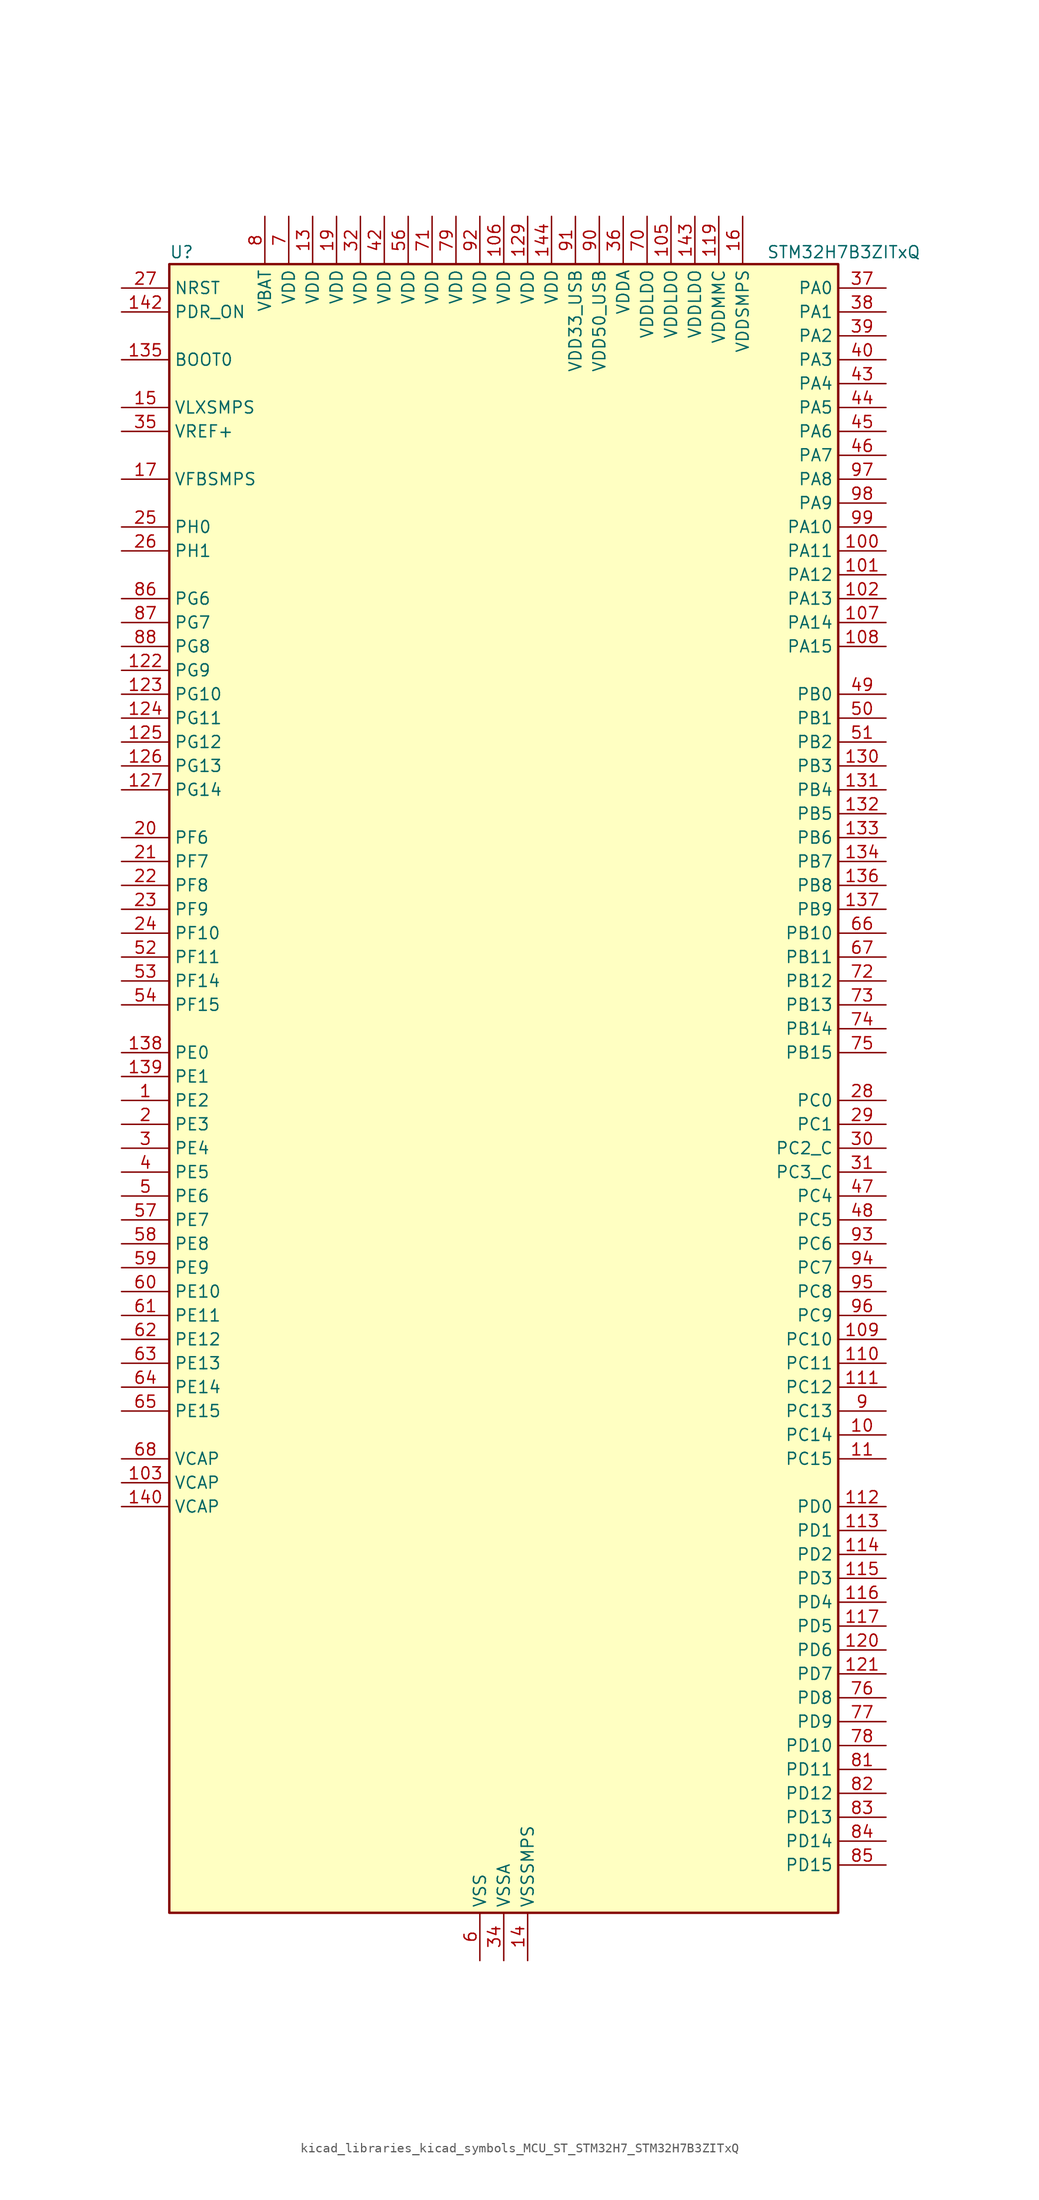
<source format=kicad_sym>
(kicad_symbol_lib
  (version 20220914)
  (generator kicad_symbol_editor)
  (symbol "kicad_libraries_kicad_symbols_MCU_ST_STM32H7_STM32H7B3ZITxQ"
    (property "Reference" "U"
      (at -35.56 90.17 0)
      (effects (font (size 1.27 1.27)) (justify left)))
    (property "Value" "STM32H7B3ZITxQ"
      (at 27.94 90.17 0)
      (effects (font (size 1.27 1.27)) (justify left)))
    (property "ki_locked" ""
      (at 0 0 0)
      (effects (font (size 1.27 1.27))))
    (symbol "kicad_libraries_kicad_symbols_MCU_ST_STM32H7_STM32H7B3ZITxQ_0_1"
      (rectangle (start -35.56 -86.36) (end 35.56 88.9) (stroke (width 0.254) (type default)) (fill (type background))))
    (symbol "kicad_libraries_kicad_symbols_MCU_ST_STM32H7_STM32H7B3ZITxQ_1_1"
      (pin bidirectional line (at -40.64 0 0) (length 5.08) (name "PE2" (effects (font (size 1.27 1.27)))) (number "1" (effects (font (size 1.27 1.27)))) (alternate "DEBUG_TRACECLK" bidirectional line) (alternate "FMC_A23" bidirectional line) (alternate "OCTOSPIM_P1_IO2" bidirectional line) (alternate "SAI1_CK1" bidirectional line) (alternate "SAI1_MCLK_A" bidirectional line) (alternate "SPI4_SCK" bidirectional line) (alternate "USART10_RX" bidirectional line))
      (pin bidirectional line (at 40.64 -35.56 180) (length 5.08) (name "PC14" (effects (font (size 1.27 1.27)))) (number "10" (effects (font (size 1.27 1.27)))) (alternate "RCC_OSC32_IN" bidirectional line))
      (pin bidirectional line (at 40.64 58.42 180) (length 5.08) (name "PA11" (effects (font (size 1.27 1.27)))) (number "100" (effects (font (size 1.27 1.27)))) (alternate "ADC1_EXTI11" bidirectional line) (alternate "ADC2_EXTI11" bidirectional line) (alternate "FDCAN1_RX" bidirectional line) (alternate "I2S2_WS" bidirectional line) (alternate "LPUART1_CTS" bidirectional line) (alternate "LTDC_R4" bidirectional line) (alternate "SPI2_NSS" bidirectional line) (alternate "TIM1_CH4" bidirectional line) (alternate "UART4_RX" bidirectional line) (alternate "USART1_CTS" bidirectional line) (alternate "USART1_NSS" bidirectional line) (alternate "USB_OTG_HS_DM" bidirectional line))
      (pin bidirectional line (at 40.64 55.88 180) (length 5.08) (name "PA12" (effects (font (size 1.27 1.27)))) (number "101" (effects (font (size 1.27 1.27)))) (alternate "FDCAN1_TX" bidirectional line) (alternate "I2S2_CK" bidirectional line) (alternate "LPUART1_DE" bidirectional line) (alternate "LPUART1_RTS" bidirectional line) (alternate "LTDC_R5" bidirectional line) (alternate "SAI2_FS_B" bidirectional line) (alternate "SPI2_SCK" bidirectional line) (alternate "TIM1_ETR" bidirectional line) (alternate "UART4_TX" bidirectional line) (alternate "USART1_DE" bidirectional line) (alternate "USART1_RTS" bidirectional line) (alternate "USB_OTG_HS_DP" bidirectional line))
      (pin bidirectional line (at 40.64 53.34 180) (length 5.08) (name "PA13" (effects (font (size 1.27 1.27)))) (number "102" (effects (font (size 1.27 1.27)))) (alternate "DEBUG_JTMS-SWDIO" bidirectional line))
      (pin power_out line (at -40.64 -40.64 0) (length 5.08) (name "VCAP" (effects (font (size 1.27 1.27)))) (number "103" (effects (font (size 1.27 1.27)))))
      (pin passive line (at -2.54 -91.44 90) (length 5.08) hide (name "VSS" (effects (font (size 1.27 1.27)))) (number "104" (effects (font (size 1.27 1.27)))))
      (pin power_in line (at 17.78 93.98 270) (length 5.08) (name "VDDLDO" (effects (font (size 1.27 1.27)))) (number "105" (effects (font (size 1.27 1.27)))))
      (pin power_in line (at 0 93.98 270) (length 5.08) (name "VDD" (effects (font (size 1.27 1.27)))) (number "106" (effects (font (size 1.27 1.27)))))
      (pin bidirectional line (at 40.64 50.8 180) (length 5.08) (name "PA14" (effects (font (size 1.27 1.27)))) (number "107" (effects (font (size 1.27 1.27)))) (alternate "DEBUG_JTCK-SWCLK" bidirectional line))
      (pin bidirectional line (at 40.64 48.26 180) (length 5.08) (name "PA15" (effects (font (size 1.27 1.27)))) (number "108" (effects (font (size 1.27 1.27)))) (alternate "ADC1_EXTI15" bidirectional line) (alternate "ADC2_EXTI15" bidirectional line) (alternate "CEC" bidirectional line) (alternate "DEBUG_JTDI" bidirectional line) (alternate "I2S1_WS" bidirectional line) (alternate "I2S3_WS" bidirectional line) (alternate "I2S6_WS" bidirectional line) (alternate "LTDC_B6" bidirectional line) (alternate "LTDC_R3" bidirectional line) (alternate "SPI1_NSS" bidirectional line) (alternate "SPI3_NSS" bidirectional line) (alternate "SPI6_NSS" bidirectional line) (alternate "TIM2_CH1" bidirectional line) (alternate "TIM2_ETR" bidirectional line) (alternate "UART4_DE" bidirectional line) (alternate "UART4_RTS" bidirectional line) (alternate "UART7_TX" bidirectional line))
      (pin bidirectional line (at 40.64 -25.4 180) (length 5.08) (name "PC10" (effects (font (size 1.27 1.27)))) (number "109" (effects (font (size 1.27 1.27)))) (alternate "DCMI_D8" bidirectional line) (alternate "DFSDM1_CKIN5" bidirectional line) (alternate "DFSDM2_CKIN0" bidirectional line) (alternate "I2S3_CK" bidirectional line) (alternate "LTDC_B1" bidirectional line) (alternate "LTDC_R2" bidirectional line) (alternate "OCTOSPIM_P1_IO1" bidirectional line) (alternate "PSSI_D8" bidirectional line) (alternate "SDMMC1_D2" bidirectional line) (alternate "SPI3_SCK" bidirectional line) (alternate "SWPMI1_RX" bidirectional line) (alternate "UART4_TX" bidirectional line) (alternate "USART3_TX" bidirectional line))
      (pin bidirectional line (at 40.64 -38.1 180) (length 5.08) (name "PC15" (effects (font (size 1.27 1.27)))) (number "11" (effects (font (size 1.27 1.27)))) (alternate "ADC1_EXTI15" bidirectional line) (alternate "ADC2_EXTI15" bidirectional line) (alternate "RCC_OSC32_OUT" bidirectional line))
      (pin bidirectional line (at 40.64 -27.94 180) (length 5.08) (name "PC11" (effects (font (size 1.27 1.27)))) (number "110" (effects (font (size 1.27 1.27)))) (alternate "ADC1_EXTI11" bidirectional line) (alternate "ADC2_EXTI11" bidirectional line) (alternate "DCMI_D4" bidirectional line) (alternate "DFSDM1_DATIN5" bidirectional line) (alternate "DFSDM2_DATIN0" bidirectional line) (alternate "I2S3_SDI" bidirectional line) (alternate "LTDC_B4" bidirectional line) (alternate "OCTOSPIM_P1_NCS" bidirectional line) (alternate "PSSI_D4" bidirectional line) (alternate "SDMMC1_D3" bidirectional line) (alternate "SPI3_MISO" bidirectional line) (alternate "UART4_RX" bidirectional line) (alternate "USART3_RX" bidirectional line))
      (pin bidirectional line (at 40.64 -30.48 180) (length 5.08) (name "PC12" (effects (font (size 1.27 1.27)))) (number "111" (effects (font (size 1.27 1.27)))) (alternate "DCMI_D9" bidirectional line) (alternate "DEBUG_TRACED3" bidirectional line) (alternate "DFSDM2_CKOUT" bidirectional line) (alternate "I2S3_SDO" bidirectional line) (alternate "I2S6_CK" bidirectional line) (alternate "LTDC_R6" bidirectional line) (alternate "PSSI_D9" bidirectional line) (alternate "SDMMC1_CK" bidirectional line) (alternate "SPI3_MOSI" bidirectional line) (alternate "SPI6_SCK" bidirectional line) (alternate "TIM15_CH1" bidirectional line) (alternate "UART5_TX" bidirectional line) (alternate "USART3_CK" bidirectional line))
      (pin bidirectional line (at 40.64 -43.18 180) (length 5.08) (name "PD0" (effects (font (size 1.27 1.27)))) (number "112" (effects (font (size 1.27 1.27)))) (alternate "DFSDM1_CKIN6" bidirectional line) (alternate "FDCAN1_RX" bidirectional line) (alternate "FMC_D2" bidirectional line) (alternate "FMC_DA2" bidirectional line) (alternate "LTDC_B1" bidirectional line) (alternate "UART4_RX" bidirectional line) (alternate "UART9_CTS" bidirectional line))
      (pin bidirectional line (at 40.64 -45.72 180) (length 5.08) (name "PD1" (effects (font (size 1.27 1.27)))) (number "113" (effects (font (size 1.27 1.27)))) (alternate "DFSDM1_DATIN6" bidirectional line) (alternate "FDCAN1_TX" bidirectional line) (alternate "FMC_D3" bidirectional line) (alternate "FMC_DA3" bidirectional line) (alternate "UART4_TX" bidirectional line))
      (pin bidirectional line (at 40.64 -48.26 180) (length 5.08) (name "PD2" (effects (font (size 1.27 1.27)))) (number "114" (effects (font (size 1.27 1.27)))) (alternate "DCMI_D11" bidirectional line) (alternate "DEBUG_TRACED2" bidirectional line) (alternate "LTDC_B2" bidirectional line) (alternate "LTDC_B7" bidirectional line) (alternate "PSSI_D11" bidirectional line) (alternate "SDMMC1_CMD" bidirectional line) (alternate "TIM15_BKIN" bidirectional line) (alternate "TIM3_ETR" bidirectional line) (alternate "UART5_RX" bidirectional line))
      (pin bidirectional line (at 40.64 -50.8 180) (length 5.08) (name "PD3" (effects (font (size 1.27 1.27)))) (number "115" (effects (font (size 1.27 1.27)))) (alternate "DCMI_D5" bidirectional line) (alternate "DFSDM1_CKOUT" bidirectional line) (alternate "FMC_CLK" bidirectional line) (alternate "I2S2_CK" bidirectional line) (alternate "LTDC_G7" bidirectional line) (alternate "PSSI_D5" bidirectional line) (alternate "SPI2_SCK" bidirectional line) (alternate "USART2_CTS" bidirectional line) (alternate "USART2_NSS" bidirectional line))
      (pin bidirectional line (at 40.64 -53.34 180) (length 5.08) (name "PD4" (effects (font (size 1.27 1.27)))) (number "116" (effects (font (size 1.27 1.27)))) (alternate "FMC_NOE" bidirectional line) (alternate "OCTOSPIM_P1_IO4" bidirectional line) (alternate "USART2_DE" bidirectional line) (alternate "USART2_RTS" bidirectional line))
      (pin bidirectional line (at 40.64 -55.88 180) (length 5.08) (name "PD5" (effects (font (size 1.27 1.27)))) (number "117" (effects (font (size 1.27 1.27)))) (alternate "FMC_NWE" bidirectional line) (alternate "OCTOSPIM_P1_IO5" bidirectional line) (alternate "USART2_TX" bidirectional line))
      (pin passive line (at -2.54 -91.44 90) (length 5.08) hide (name "VSS" (effects (font (size 1.27 1.27)))) (number "118" (effects (font (size 1.27 1.27)))))
      (pin power_in line (at 22.86 93.98 270) (length 5.08) (name "VDDMMC" (effects (font (size 1.27 1.27)))) (number "119" (effects (font (size 1.27 1.27)))))
      (pin passive line (at -2.54 -91.44 90) (length 5.08) hide (name "VSS" (effects (font (size 1.27 1.27)))) (number "12" (effects (font (size 1.27 1.27)))))
      (pin bidirectional line (at 40.64 -58.42 180) (length 5.08) (name "PD6" (effects (font (size 1.27 1.27)))) (number "120" (effects (font (size 1.27 1.27)))) (alternate "DCMI_D10" bidirectional line) (alternate "DFSDM1_CKIN4" bidirectional line) (alternate "DFSDM1_DATIN1" bidirectional line) (alternate "FMC_NWAIT" bidirectional line) (alternate "I2S3_SDO" bidirectional line) (alternate "LTDC_B2" bidirectional line) (alternate "OCTOSPIM_P1_IO6" bidirectional line) (alternate "PSSI_D10" bidirectional line) (alternate "SAI1_D1" bidirectional line) (alternate "SAI1_SD_A" bidirectional line) (alternate "SDMMC2_CK" bidirectional line) (alternate "SPI3_MOSI" bidirectional line) (alternate "USART2_RX" bidirectional line))
      (pin bidirectional line (at 40.64 -60.96 180) (length 5.08) (name "PD7" (effects (font (size 1.27 1.27)))) (number "121" (effects (font (size 1.27 1.27)))) (alternate "DFSDM1_CKIN1" bidirectional line) (alternate "DFSDM1_DATIN4" bidirectional line) (alternate "FMC_NE1" bidirectional line) (alternate "I2S1_SDO" bidirectional line) (alternate "OCTOSPIM_P1_IO7" bidirectional line) (alternate "SDMMC2_CMD" bidirectional line) (alternate "SPDIFRX_IN0" bidirectional line) (alternate "SPI1_MOSI" bidirectional line) (alternate "USART2_CK" bidirectional line))
      (pin bidirectional line (at -40.64 45.72 0) (length 5.08) (name "PG9" (effects (font (size 1.27 1.27)))) (number "122" (effects (font (size 1.27 1.27)))) (alternate "DAC1_EXTI9" bidirectional line) (alternate "DCMI_VSYNC" bidirectional line) (alternate "FMC_NCE" bidirectional line) (alternate "FMC_NE2" bidirectional line) (alternate "I2S1_SDI" bidirectional line) (alternate "OCTOSPIM_P1_IO6" bidirectional line) (alternate "PSSI_RDY" bidirectional line) (alternate "SAI2_FS_B" bidirectional line) (alternate "SDMMC2_D0" bidirectional line) (alternate "SPDIFRX_IN3" bidirectional line) (alternate "SPI1_MISO" bidirectional line) (alternate "USART6_RX" bidirectional line))
      (pin bidirectional line (at -40.64 43.18 0) (length 5.08) (name "PG10" (effects (font (size 1.27 1.27)))) (number "123" (effects (font (size 1.27 1.27)))) (alternate "DCMI_D2" bidirectional line) (alternate "FMC_NE3" bidirectional line) (alternate "I2S1_WS" bidirectional line) (alternate "LTDC_B2" bidirectional line) (alternate "LTDC_G3" bidirectional line) (alternate "OCTOSPIM_P2_IO6" bidirectional line) (alternate "PSSI_D2" bidirectional line) (alternate "SAI2_SD_B" bidirectional line) (alternate "SDMMC2_D1" bidirectional line) (alternate "SPI1_NSS" bidirectional line))
      (pin bidirectional line (at -40.64 40.64 0) (length 5.08) (name "PG11" (effects (font (size 1.27 1.27)))) (number "124" (effects (font (size 1.27 1.27)))) (alternate "ADC1_EXTI11" bidirectional line) (alternate "ADC2_EXTI11" bidirectional line) (alternate "DCMI_D3" bidirectional line) (alternate "I2S1_CK" bidirectional line) (alternate "LPTIM1_IN2" bidirectional line) (alternate "LTDC_B3" bidirectional line) (alternate "OCTOSPIM_P2_IO7" bidirectional line) (alternate "PSSI_D3" bidirectional line) (alternate "SDMMC2_D2" bidirectional line) (alternate "SPDIFRX_IN0" bidirectional line) (alternate "SPI1_SCK" bidirectional line) (alternate "USART10_RX" bidirectional line))
      (pin bidirectional line (at -40.64 38.1 0) (length 5.08) (name "PG12" (effects (font (size 1.27 1.27)))) (number "125" (effects (font (size 1.27 1.27)))) (alternate "FMC_NE4" bidirectional line) (alternate "I2S6_SDI" bidirectional line) (alternate "LPTIM1_IN1" bidirectional line) (alternate "LTDC_B1" bidirectional line) (alternate "LTDC_B4" bidirectional line) (alternate "OCTOSPIM_P2_NCS" bidirectional line) (alternate "SDMMC2_D3" bidirectional line) (alternate "SPDIFRX_IN1" bidirectional line) (alternate "SPI6_MISO" bidirectional line) (alternate "USART10_TX" bidirectional line) (alternate "USART6_DE" bidirectional line) (alternate "USART6_RTS" bidirectional line))
      (pin bidirectional line (at -40.64 35.56 0) (length 5.08) (name "PG13" (effects (font (size 1.27 1.27)))) (number "126" (effects (font (size 1.27 1.27)))) (alternate "DEBUG_TRACED0" bidirectional line) (alternate "FMC_A24" bidirectional line) (alternate "I2S6_CK" bidirectional line) (alternate "LPTIM1_OUT" bidirectional line) (alternate "LTDC_R0" bidirectional line) (alternate "SDMMC2_D6" bidirectional line) (alternate "SPI6_SCK" bidirectional line) (alternate "USART10_CTS" bidirectional line) (alternate "USART10_NSS" bidirectional line) (alternate "USART6_CTS" bidirectional line) (alternate "USART6_NSS" bidirectional line))
      (pin bidirectional line (at -40.64 33.02 0) (length 5.08) (name "PG14" (effects (font (size 1.27 1.27)))) (number "127" (effects (font (size 1.27 1.27)))) (alternate "DEBUG_TRACED1" bidirectional line) (alternate "FMC_A25" bidirectional line) (alternate "I2S6_SDO" bidirectional line) (alternate "LPTIM1_ETR" bidirectional line) (alternate "LTDC_B0" bidirectional line) (alternate "OCTOSPIM_P1_IO7" bidirectional line) (alternate "SDMMC2_D7" bidirectional line) (alternate "SPI6_MOSI" bidirectional line) (alternate "USART10_DE" bidirectional line) (alternate "USART10_RTS" bidirectional line) (alternate "USART6_TX" bidirectional line))
      (pin passive line (at -2.54 -91.44 90) (length 5.08) hide (name "VSS" (effects (font (size 1.27 1.27)))) (number "128" (effects (font (size 1.27 1.27)))))
      (pin power_in line (at 2.54 93.98 270) (length 5.08) (name "VDD" (effects (font (size 1.27 1.27)))) (number "129" (effects (font (size 1.27 1.27)))))
      (pin power_in line (at -20.32 93.98 270) (length 5.08) (name "VDD" (effects (font (size 1.27 1.27)))) (number "13" (effects (font (size 1.27 1.27)))))
      (pin bidirectional line (at 40.64 35.56 180) (length 5.08) (name "PB3" (effects (font (size 1.27 1.27)))) (number "130" (effects (font (size 1.27 1.27)))) (alternate "CRS_SYNC" bidirectional line) (alternate "DEBUG_JTDO-SWO" bidirectional line) (alternate "I2S1_CK" bidirectional line) (alternate "I2S3_CK" bidirectional line) (alternate "I2S6_CK" bidirectional line) (alternate "SDMMC2_D2" bidirectional line) (alternate "SPI1_SCK" bidirectional line) (alternate "SPI3_SCK" bidirectional line) (alternate "SPI6_SCK" bidirectional line) (alternate "TIM2_CH2" bidirectional line) (alternate "UART7_RX" bidirectional line))
      (pin bidirectional line (at 40.64 33.02 180) (length 5.08) (name "PB4" (effects (font (size 1.27 1.27)))) (number "131" (effects (font (size 1.27 1.27)))) (alternate "DEBUG_JTRST" bidirectional line) (alternate "I2S1_SDI" bidirectional line) (alternate "I2S2_WS" bidirectional line) (alternate "I2S3_SDI" bidirectional line) (alternate "I2S6_SDI" bidirectional line) (alternate "SDMMC2_D3" bidirectional line) (alternate "SPI1_MISO" bidirectional line) (alternate "SPI2_NSS" bidirectional line) (alternate "SPI3_MISO" bidirectional line) (alternate "SPI6_MISO" bidirectional line) (alternate "TIM16_BKIN" bidirectional line) (alternate "TIM3_CH1" bidirectional line) (alternate "UART7_TX" bidirectional line))
      (pin bidirectional line (at 40.64 30.48 180) (length 5.08) (name "PB5" (effects (font (size 1.27 1.27)))) (number "132" (effects (font (size 1.27 1.27)))) (alternate "DCMI_D10" bidirectional line) (alternate "FDCAN2_RX" bidirectional line) (alternate "FMC_SDCKE1" bidirectional line) (alternate "I2C1_SMBA" bidirectional line) (alternate "I2C4_SMBA" bidirectional line) (alternate "I2S1_SDO" bidirectional line) (alternate "I2S3_SDO" bidirectional line) (alternate "I2S6_SDO" bidirectional line) (alternate "LTDC_B5" bidirectional line) (alternate "PSSI_D10" bidirectional line) (alternate "SPI1_MOSI" bidirectional line) (alternate "SPI3_MOSI" bidirectional line) (alternate "SPI6_MOSI" bidirectional line) (alternate "TIM17_BKIN" bidirectional line) (alternate "TIM3_CH2" bidirectional line) (alternate "UART5_RX" bidirectional line) (alternate "USB_OTG_HS_ULPI_D7" bidirectional line))
      (pin bidirectional line (at 40.64 27.94 180) (length 5.08) (name "PB6" (effects (font (size 1.27 1.27)))) (number "133" (effects (font (size 1.27 1.27)))) (alternate "CEC" bidirectional line) (alternate "DCMI_D5" bidirectional line) (alternate "DFSDM1_DATIN5" bidirectional line) (alternate "FDCAN2_TX" bidirectional line) (alternate "FMC_SDNE1" bidirectional line) (alternate "I2C1_SCL" bidirectional line) (alternate "I2C4_SCL" bidirectional line) (alternate "LPUART1_TX" bidirectional line) (alternate "OCTOSPIM_P1_NCS" bidirectional line) (alternate "PSSI_D5" bidirectional line) (alternate "TIM16_CH1N" bidirectional line) (alternate "TIM4_CH1" bidirectional line) (alternate "UART5_TX" bidirectional line) (alternate "USART1_TX" bidirectional line))
      (pin bidirectional line (at 40.64 25.4 180) (length 5.08) (name "PB7" (effects (font (size 1.27 1.27)))) (number "134" (effects (font (size 1.27 1.27)))) (alternate "DCMI_VSYNC" bidirectional line) (alternate "DFSDM1_CKIN5" bidirectional line) (alternate "FMC_NL" bidirectional line) (alternate "I2C1_SDA" bidirectional line) (alternate "I2C4_SDA" bidirectional line) (alternate "LPUART1_RX" bidirectional line) (alternate "PSSI_RDY" bidirectional line) (alternate "PWR_PVD_IN" bidirectional line) (alternate "TIM17_CH1N" bidirectional line) (alternate "TIM4_CH2" bidirectional line) (alternate "USART1_RX" bidirectional line))
      (pin input line (at -40.64 78.74 0) (length 5.08) (name "BOOT0" (effects (font (size 1.27 1.27)))) (number "135" (effects (font (size 1.27 1.27)))))
      (pin bidirectional line (at 40.64 22.86 180) (length 5.08) (name "PB8" (effects (font (size 1.27 1.27)))) (number "136" (effects (font (size 1.27 1.27)))) (alternate "DCMI_D6" bidirectional line) (alternate "DFSDM1_CKIN7" bidirectional line) (alternate "FDCAN1_RX" bidirectional line) (alternate "I2C1_SCL" bidirectional line) (alternate "I2C4_SCL" bidirectional line) (alternate "LTDC_B6" bidirectional line) (alternate "PSSI_D6" bidirectional line) (alternate "SDMMC1_CKIN" bidirectional line) (alternate "SDMMC1_D4" bidirectional line) (alternate "SDMMC2_D4" bidirectional line) (alternate "TIM16_CH1" bidirectional line) (alternate "TIM4_CH3" bidirectional line) (alternate "UART4_RX" bidirectional line))
      (pin bidirectional line (at 40.64 20.32 180) (length 5.08) (name "PB9" (effects (font (size 1.27 1.27)))) (number "137" (effects (font (size 1.27 1.27)))) (alternate "DAC1_EXTI9" bidirectional line) (alternate "DCMI_D7" bidirectional line) (alternate "DFSDM1_DATIN7" bidirectional line) (alternate "FDCAN1_TX" bidirectional line) (alternate "I2C1_SDA" bidirectional line) (alternate "I2C4_SDA" bidirectional line) (alternate "I2C4_SMBA" bidirectional line) (alternate "I2S2_WS" bidirectional line) (alternate "LTDC_B7" bidirectional line) (alternate "PSSI_D7" bidirectional line) (alternate "SDMMC1_CDIR" bidirectional line) (alternate "SDMMC1_D5" bidirectional line) (alternate "SDMMC2_D5" bidirectional line) (alternate "SPI2_NSS" bidirectional line) (alternate "TIM17_CH1" bidirectional line) (alternate "TIM4_CH4" bidirectional line) (alternate "UART4_TX" bidirectional line))
      (pin bidirectional line (at -40.64 5.08 0) (length 5.08) (name "PE0" (effects (font (size 1.27 1.27)))) (number "138" (effects (font (size 1.27 1.27)))) (alternate "DCMI_D2" bidirectional line) (alternate "FMC_NBL0" bidirectional line) (alternate "LPTIM1_ETR" bidirectional line) (alternate "LPTIM2_ETR" bidirectional line) (alternate "LTDC_R0" bidirectional line) (alternate "PSSI_D2" bidirectional line) (alternate "SAI2_MCLK_A" bidirectional line) (alternate "TIM4_ETR" bidirectional line) (alternate "UART8_RX" bidirectional line))
      (pin bidirectional line (at -40.64 2.54 0) (length 5.08) (name "PE1" (effects (font (size 1.27 1.27)))) (number "139" (effects (font (size 1.27 1.27)))) (alternate "DCMI_D3" bidirectional line) (alternate "FMC_NBL1" bidirectional line) (alternate "LPTIM1_IN2" bidirectional line) (alternate "LTDC_R6" bidirectional line) (alternate "PSSI_D3" bidirectional line) (alternate "UART8_TX" bidirectional line))
      (pin power_in line (at 2.54 -91.44 90) (length 5.08) (name "VSSSMPS" (effects (font (size 1.27 1.27)))) (number "14" (effects (font (size 1.27 1.27)))))
      (pin power_out line (at -40.64 -43.18 0) (length 5.08) (name "VCAP" (effects (font (size 1.27 1.27)))) (number "140" (effects (font (size 1.27 1.27)))))
      (pin passive line (at -2.54 -91.44 90) (length 5.08) hide (name "VSS" (effects (font (size 1.27 1.27)))) (number "141" (effects (font (size 1.27 1.27)))))
      (pin input line (at -40.64 83.82 0) (length 5.08) (name "PDR_ON" (effects (font (size 1.27 1.27)))) (number "142" (effects (font (size 1.27 1.27)))))
      (pin power_in line (at 20.32 93.98 270) (length 5.08) (name "VDDLDO" (effects (font (size 1.27 1.27)))) (number "143" (effects (font (size 1.27 1.27)))))
      (pin power_in line (at 5.08 93.98 270) (length 5.08) (name "VDD" (effects (font (size 1.27 1.27)))) (number "144" (effects (font (size 1.27 1.27)))))
      (pin power_in line (at -40.64 73.66 0) (length 5.08) (name "VLXSMPS" (effects (font (size 1.27 1.27)))) (number "15" (effects (font (size 1.27 1.27)))))
      (pin power_in line (at 25.4 93.98 270) (length 5.08) (name "VDDSMPS" (effects (font (size 1.27 1.27)))) (number "16" (effects (font (size 1.27 1.27)))))
      (pin input line (at -40.64 66.04 0) (length 5.08) (name "VFBSMPS" (effects (font (size 1.27 1.27)))) (number "17" (effects (font (size 1.27 1.27)))))
      (pin passive line (at -2.54 -91.44 90) (length 5.08) hide (name "VSS" (effects (font (size 1.27 1.27)))) (number "18" (effects (font (size 1.27 1.27)))))
      (pin power_in line (at -17.78 93.98 270) (length 5.08) (name "VDD" (effects (font (size 1.27 1.27)))) (number "19" (effects (font (size 1.27 1.27)))))
      (pin bidirectional line (at -40.64 -2.54 0) (length 5.08) (name "PE3" (effects (font (size 1.27 1.27)))) (number "2" (effects (font (size 1.27 1.27)))) (alternate "DEBUG_TRACED0" bidirectional line) (alternate "FMC_A19" bidirectional line) (alternate "SAI1_SD_B" bidirectional line) (alternate "TIM15_BKIN" bidirectional line) (alternate "USART10_TX" bidirectional line))
      (pin bidirectional line (at -40.64 27.94 0) (length 5.08) (name "PF6" (effects (font (size 1.27 1.27)))) (number "20" (effects (font (size 1.27 1.27)))) (alternate "OCTOSPIM_P1_IO3" bidirectional line) (alternate "SAI1_SD_B" bidirectional line) (alternate "SPI5_NSS" bidirectional line) (alternate "TIM16_CH1" bidirectional line) (alternate "UART7_RX" bidirectional line))
      (pin bidirectional line (at -40.64 25.4 0) (length 5.08) (name "PF7" (effects (font (size 1.27 1.27)))) (number "21" (effects (font (size 1.27 1.27)))) (alternate "OCTOSPIM_P1_IO2" bidirectional line) (alternate "SAI1_MCLK_B" bidirectional line) (alternate "SPI5_SCK" bidirectional line) (alternate "TIM17_CH1" bidirectional line) (alternate "UART7_TX" bidirectional line))
      (pin bidirectional line (at -40.64 22.86 0) (length 5.08) (name "PF8" (effects (font (size 1.27 1.27)))) (number "22" (effects (font (size 1.27 1.27)))) (alternate "OCTOSPIM_P1_IO0" bidirectional line) (alternate "SAI1_SCK_B" bidirectional line) (alternate "SPI5_MISO" bidirectional line) (alternate "TIM13_CH1" bidirectional line) (alternate "TIM16_CH1N" bidirectional line) (alternate "UART7_DE" bidirectional line) (alternate "UART7_RTS" bidirectional line))
      (pin bidirectional line (at -40.64 20.32 0) (length 5.08) (name "PF9" (effects (font (size 1.27 1.27)))) (number "23" (effects (font (size 1.27 1.27)))) (alternate "DAC1_EXTI9" bidirectional line) (alternate "OCTOSPIM_P1_IO1" bidirectional line) (alternate "SAI1_FS_B" bidirectional line) (alternate "SPI5_MOSI" bidirectional line) (alternate "TIM14_CH1" bidirectional line) (alternate "TIM17_CH1N" bidirectional line) (alternate "UART7_CTS" bidirectional line))
      (pin bidirectional line (at -40.64 17.78 0) (length 5.08) (name "PF10" (effects (font (size 1.27 1.27)))) (number "24" (effects (font (size 1.27 1.27)))) (alternate "DCMI_D11" bidirectional line) (alternate "LTDC_DE" bidirectional line) (alternate "OCTOSPIM_P1_CLK" bidirectional line) (alternate "PSSI_D11" bidirectional line) (alternate "PSSI_D15" bidirectional line) (alternate "SAI1_D3" bidirectional line) (alternate "TIM16_BKIN" bidirectional line))
      (pin bidirectional line (at -40.64 60.96 0) (length 5.08) (name "PH0" (effects (font (size 1.27 1.27)))) (number "25" (effects (font (size 1.27 1.27)))) (alternate "RCC_OSC_IN" bidirectional line))
      (pin bidirectional line (at -40.64 58.42 0) (length 5.08) (name "PH1" (effects (font (size 1.27 1.27)))) (number "26" (effects (font (size 1.27 1.27)))) (alternate "RCC_OSC_OUT" bidirectional line))
      (pin input line (at -40.64 86.36 0) (length 5.08) (name "NRST" (effects (font (size 1.27 1.27)))) (number "27" (effects (font (size 1.27 1.27)))))
      (pin bidirectional line (at 40.64 0 180) (length 5.08) (name "PC0" (effects (font (size 1.27 1.27)))) (number "28" (effects (font (size 1.27 1.27)))) (alternate "ADC1_INP10" bidirectional line) (alternate "ADC2_INP10" bidirectional line) (alternate "DFSDM1_CKIN0" bidirectional line) (alternate "DFSDM1_DATIN4" bidirectional line) (alternate "FMC_A25" bidirectional line) (alternate "FMC_SDNWE" bidirectional line) (alternate "LTDC_G2" bidirectional line) (alternate "LTDC_R5" bidirectional line) (alternate "SAI2_FS_B" bidirectional line) (alternate "USB_OTG_HS_ULPI_STP" bidirectional line))
      (pin bidirectional line (at 40.64 -2.54 180) (length 5.08) (name "PC1" (effects (font (size 1.27 1.27)))) (number "29" (effects (font (size 1.27 1.27)))) (alternate "ADC1_INN10" bidirectional line) (alternate "ADC1_INP11" bidirectional line) (alternate "ADC2_INN10" bidirectional line) (alternate "ADC2_INP11" bidirectional line) (alternate "DEBUG_TRACED0" bidirectional line) (alternate "DFSDM1_CKIN4" bidirectional line) (alternate "DFSDM1_DATIN0" bidirectional line) (alternate "I2S2_SDO" bidirectional line) (alternate "LTDC_G5" bidirectional line) (alternate "MDIOS_MDC" bidirectional line) (alternate "OCTOSPIM_P1_IO4" bidirectional line) (alternate "PWR_WKUP6" bidirectional line) (alternate "RTC_TAMP3" bidirectional line) (alternate "SAI1_D1" bidirectional line) (alternate "SAI1_SD_A" bidirectional line) (alternate "SDMMC2_CK" bidirectional line) (alternate "SPI2_MOSI" bidirectional line))
      (pin bidirectional line (at -40.64 -5.08 0) (length 5.08) (name "PE4" (effects (font (size 1.27 1.27)))) (number "3" (effects (font (size 1.27 1.27)))) (alternate "DCMI_D4" bidirectional line) (alternate "DEBUG_TRACED1" bidirectional line) (alternate "DFSDM1_DATIN3" bidirectional line) (alternate "FMC_A20" bidirectional line) (alternate "LTDC_B0" bidirectional line) (alternate "PSSI_D4" bidirectional line) (alternate "SAI1_D2" bidirectional line) (alternate "SAI1_FS_A" bidirectional line) (alternate "SPI4_NSS" bidirectional line) (alternate "TIM15_CH1N" bidirectional line))
      (pin bidirectional line (at 40.64 -5.08 180) (length 5.08) (name "PC2_C" (effects (font (size 1.27 1.27)))) (number "30" (effects (font (size 1.27 1.27)))) (alternate "ADC2_INN1" bidirectional line) (alternate "ADC2_INP0" bidirectional line) (alternate "DFSDM1_CKIN1" bidirectional line) (alternate "DFSDM1_CKOUT" bidirectional line) (alternate "FMC_SDNE0" bidirectional line) (alternate "I2S2_SDI" bidirectional line) (alternate "OCTOSPIM_P1_IO2" bidirectional line) (alternate "OCTOSPIM_P1_IO5" bidirectional line) (alternate "PWR_CSTOP" bidirectional line) (alternate "SPI2_MISO" bidirectional line) (alternate "USB_OTG_HS_ULPI_DIR" bidirectional line))
      (pin bidirectional line (at 40.64 -7.62 180) (length 5.08) (name "PC3_C" (effects (font (size 1.27 1.27)))) (number "31" (effects (font (size 1.27 1.27)))) (alternate "ADC2_INP1" bidirectional line) (alternate "DFSDM1_DATIN1" bidirectional line) (alternate "FMC_SDCKE0" bidirectional line) (alternate "I2S2_SDO" bidirectional line) (alternate "OCTOSPIM_P1_IO0" bidirectional line) (alternate "OCTOSPIM_P1_IO6" bidirectional line) (alternate "PWR_CSLEEP" bidirectional line) (alternate "SPI2_MOSI" bidirectional line) (alternate "USB_OTG_HS_ULPI_NXT" bidirectional line))
      (pin power_in line (at -15.24 93.98 270) (length 5.08) (name "VDD" (effects (font (size 1.27 1.27)))) (number "32" (effects (font (size 1.27 1.27)))))
      (pin passive line (at -2.54 -91.44 90) (length 5.08) hide (name "VSS" (effects (font (size 1.27 1.27)))) (number "33" (effects (font (size 1.27 1.27)))))
      (pin power_in line (at 0 -91.44 90) (length 5.08) (name "VSSA" (effects (font (size 1.27 1.27)))) (number "34" (effects (font (size 1.27 1.27)))))
      (pin input line (at -40.64 71.12 0) (length 5.08) (name "VREF+" (effects (font (size 1.27 1.27)))) (number "35" (effects (font (size 1.27 1.27)))) (alternate "VREFBUF_OUT" bidirectional line))
      (pin power_in line (at 12.7 93.98 270) (length 5.08) (name "VDDA" (effects (font (size 1.27 1.27)))) (number "36" (effects (font (size 1.27 1.27)))))
      (pin bidirectional line (at 40.64 86.36 180) (length 5.08) (name "PA0" (effects (font (size 1.27 1.27)))) (number "37" (effects (font (size 1.27 1.27)))) (alternate "ADC1_INP16" bidirectional line) (alternate "I2S6_WS" bidirectional line) (alternate "PWR_WKUP1" bidirectional line) (alternate "SAI2_SD_B" bidirectional line) (alternate "SDMMC2_CMD" bidirectional line) (alternate "SPI6_NSS" bidirectional line) (alternate "TIM15_BKIN" bidirectional line) (alternate "TIM2_CH1" bidirectional line) (alternate "TIM2_ETR" bidirectional line) (alternate "TIM5_CH1" bidirectional line) (alternate "TIM8_ETR" bidirectional line) (alternate "UART4_TX" bidirectional line) (alternate "USART2_CTS" bidirectional line) (alternate "USART2_NSS" bidirectional line))
      (pin bidirectional line (at 40.64 83.82 180) (length 5.08) (name "PA1" (effects (font (size 1.27 1.27)))) (number "38" (effects (font (size 1.27 1.27)))) (alternate "ADC1_INN16" bidirectional line) (alternate "ADC1_INP17" bidirectional line) (alternate "LPTIM3_OUT" bidirectional line) (alternate "LTDC_R2" bidirectional line) (alternate "OCTOSPIM_P1_DQS" bidirectional line) (alternate "OCTOSPIM_P1_IO3" bidirectional line) (alternate "SAI2_MCLK_B" bidirectional line) (alternate "TIM15_CH1N" bidirectional line) (alternate "TIM2_CH2" bidirectional line) (alternate "TIM5_CH2" bidirectional line) (alternate "UART4_RX" bidirectional line) (alternate "USART2_DE" bidirectional line) (alternate "USART2_RTS" bidirectional line))
      (pin bidirectional line (at 40.64 81.28 180) (length 5.08) (name "PA2" (effects (font (size 1.27 1.27)))) (number "39" (effects (font (size 1.27 1.27)))) (alternate "ADC1_INP14" bidirectional line) (alternate "DFSDM2_CKIN1" bidirectional line) (alternate "LTDC_R1" bidirectional line) (alternate "MDIOS_MDIO" bidirectional line) (alternate "PWR_WKUP2" bidirectional line) (alternate "SAI2_SCK_B" bidirectional line) (alternate "TIM15_CH1" bidirectional line) (alternate "TIM2_CH3" bidirectional line) (alternate "TIM5_CH3" bidirectional line) (alternate "USART2_TX" bidirectional line))
      (pin bidirectional line (at -40.64 -7.62 0) (length 5.08) (name "PE5" (effects (font (size 1.27 1.27)))) (number "4" (effects (font (size 1.27 1.27)))) (alternate "DCMI_D6" bidirectional line) (alternate "DEBUG_TRACED2" bidirectional line) (alternate "DFSDM1_CKIN3" bidirectional line) (alternate "FMC_A21" bidirectional line) (alternate "LTDC_G0" bidirectional line) (alternate "PSSI_D6" bidirectional line) (alternate "SAI1_CK2" bidirectional line) (alternate "SAI1_SCK_A" bidirectional line) (alternate "SPI4_MISO" bidirectional line) (alternate "TIM15_CH1" bidirectional line))
      (pin bidirectional line (at 40.64 78.74 180) (length 5.08) (name "PA3" (effects (font (size 1.27 1.27)))) (number "40" (effects (font (size 1.27 1.27)))) (alternate "ADC1_INP15" bidirectional line) (alternate "I2S6_MCK" bidirectional line) (alternate "LTDC_B2" bidirectional line) (alternate "LTDC_B5" bidirectional line) (alternate "OCTOSPIM_P1_CLK" bidirectional line) (alternate "TIM15_CH2" bidirectional line) (alternate "TIM2_CH4" bidirectional line) (alternate "TIM5_CH4" bidirectional line) (alternate "USART2_RX" bidirectional line) (alternate "USB_OTG_HS_ULPI_D0" bidirectional line))
      (pin passive line (at -2.54 -91.44 90) (length 5.08) hide (name "VSS" (effects (font (size 1.27 1.27)))) (number "41" (effects (font (size 1.27 1.27)))))
      (pin power_in line (at -12.7 93.98 270) (length 5.08) (name "VDD" (effects (font (size 1.27 1.27)))) (number "42" (effects (font (size 1.27 1.27)))))
      (pin bidirectional line (at 40.64 76.2 180) (length 5.08) (name "PA4" (effects (font (size 1.27 1.27)))) (number "43" (effects (font (size 1.27 1.27)))) (alternate "ADC1_INP18" bidirectional line) (alternate "DAC1_OUT1" bidirectional line) (alternate "DCMI_HSYNC" bidirectional line) (alternate "I2S1_WS" bidirectional line) (alternate "I2S3_WS" bidirectional line) (alternate "I2S6_WS" bidirectional line) (alternate "LTDC_VSYNC" bidirectional line) (alternate "PSSI_DE" bidirectional line) (alternate "SPI1_NSS" bidirectional line) (alternate "SPI3_NSS" bidirectional line) (alternate "SPI6_NSS" bidirectional line) (alternate "TIM5_ETR" bidirectional line) (alternate "USART2_CK" bidirectional line))
      (pin bidirectional line (at 40.64 73.66 180) (length 5.08) (name "PA5" (effects (font (size 1.27 1.27)))) (number "44" (effects (font (size 1.27 1.27)))) (alternate "ADC1_INN18" bidirectional line) (alternate "ADC1_INP19" bidirectional line) (alternate "DAC1_OUT2" bidirectional line) (alternate "I2S1_CK" bidirectional line) (alternate "I2S6_CK" bidirectional line) (alternate "LTDC_R4" bidirectional line) (alternate "PSSI_D14" bidirectional line) (alternate "PWR_NDSTOP2" bidirectional line) (alternate "SPI1_SCK" bidirectional line) (alternate "SPI6_SCK" bidirectional line) (alternate "TIM2_CH1" bidirectional line) (alternate "TIM2_ETR" bidirectional line) (alternate "TIM8_CH1N" bidirectional line) (alternate "USB_OTG_HS_ULPI_CK" bidirectional line))
      (pin bidirectional line (at 40.64 71.12 180) (length 5.08) (name "PA6" (effects (font (size 1.27 1.27)))) (number "45" (effects (font (size 1.27 1.27)))) (alternate "ADC1_INP3" bidirectional line) (alternate "ADC2_INP3" bidirectional line) (alternate "DAC2_OUT1" bidirectional line) (alternate "DCMI_PIXCLK" bidirectional line) (alternate "I2S1_SDI" bidirectional line) (alternate "I2S6_SDI" bidirectional line) (alternate "LTDC_G2" bidirectional line) (alternate "MDIOS_MDC" bidirectional line) (alternate "OCTOSPIM_P1_IO3" bidirectional line) (alternate "PSSI_PDCK" bidirectional line) (alternate "SPI1_MISO" bidirectional line) (alternate "SPI6_MISO" bidirectional line) (alternate "TIM13_CH1" bidirectional line) (alternate "TIM1_BKIN" bidirectional line) (alternate "TIM1_BKIN_COMP1" bidirectional line) (alternate "TIM1_BKIN_COMP2" bidirectional line) (alternate "TIM3_CH1" bidirectional line) (alternate "TIM8_BKIN" bidirectional line) (alternate "TIM8_BKIN_COMP1" bidirectional line) (alternate "TIM8_BKIN_COMP2" bidirectional line))
      (pin bidirectional line (at 40.64 68.58 180) (length 5.08) (name "PA7" (effects (font (size 1.27 1.27)))) (number "46" (effects (font (size 1.27 1.27)))) (alternate "ADC1_INN3" bidirectional line) (alternate "ADC1_INP7" bidirectional line) (alternate "ADC2_INN3" bidirectional line) (alternate "ADC2_INP7" bidirectional line) (alternate "DFSDM2_DATIN1" bidirectional line) (alternate "FMC_SDNWE" bidirectional line) (alternate "I2S1_SDO" bidirectional line) (alternate "I2S6_SDO" bidirectional line) (alternate "LTDC_VSYNC" bidirectional line) (alternate "OCTOSPIM_P1_IO2" bidirectional line) (alternate "OPAMP1_VINM" bidirectional line) (alternate "SPI1_MOSI" bidirectional line) (alternate "SPI6_MOSI" bidirectional line) (alternate "TIM14_CH1" bidirectional line) (alternate "TIM1_CH1N" bidirectional line) (alternate "TIM3_CH2" bidirectional line) (alternate "TIM8_CH1N" bidirectional line))
      (pin bidirectional line (at 40.64 -10.16 180) (length 5.08) (name "PC4" (effects (font (size 1.27 1.27)))) (number "47" (effects (font (size 1.27 1.27)))) (alternate "ADC1_INP4" bidirectional line) (alternate "ADC2_INP4" bidirectional line) (alternate "COMP1_INM" bidirectional line) (alternate "DFSDM1_CKIN2" bidirectional line) (alternate "FMC_SDNE0" bidirectional line) (alternate "I2S1_MCK" bidirectional line) (alternate "LTDC_R7" bidirectional line) (alternate "OPAMP1_VOUT" bidirectional line) (alternate "SPDIFRX_IN2" bidirectional line))
      (pin bidirectional line (at 40.64 -12.7 180) (length 5.08) (name "PC5" (effects (font (size 1.27 1.27)))) (number "48" (effects (font (size 1.27 1.27)))) (alternate "ADC1_INN4" bidirectional line) (alternate "ADC1_INP8" bidirectional line) (alternate "ADC2_INN4" bidirectional line) (alternate "ADC2_INP8" bidirectional line) (alternate "COMP1_OUT" bidirectional line) (alternate "DFSDM1_DATIN2" bidirectional line) (alternate "FMC_SDCKE0" bidirectional line) (alternate "LTDC_DE" bidirectional line) (alternate "OCTOSPIM_P1_DQS" bidirectional line) (alternate "OPAMP1_VINM" bidirectional line) (alternate "PSSI_D15" bidirectional line) (alternate "SAI1_D3" bidirectional line) (alternate "SPDIFRX_IN3" bidirectional line))
      (pin bidirectional line (at 40.64 43.18 180) (length 5.08) (name "PB0" (effects (font (size 1.27 1.27)))) (number "49" (effects (font (size 1.27 1.27)))) (alternate "ADC1_INN5" bidirectional line) (alternate "ADC1_INP9" bidirectional line) (alternate "ADC2_INN5" bidirectional line) (alternate "ADC2_INP9" bidirectional line) (alternate "COMP1_INP" bidirectional line) (alternate "DFSDM1_CKOUT" bidirectional line) (alternate "DFSDM2_CKOUT" bidirectional line) (alternate "LTDC_G1" bidirectional line) (alternate "LTDC_R3" bidirectional line) (alternate "OCTOSPIM_P1_IO1" bidirectional line) (alternate "OPAMP1_VINP" bidirectional line) (alternate "TIM1_CH2N" bidirectional line) (alternate "TIM3_CH3" bidirectional line) (alternate "TIM8_CH2N" bidirectional line) (alternate "UART4_CTS" bidirectional line) (alternate "USB_OTG_HS_ULPI_D1" bidirectional line))
      (pin bidirectional line (at -40.64 -10.16 0) (length 5.08) (name "PE6" (effects (font (size 1.27 1.27)))) (number "5" (effects (font (size 1.27 1.27)))) (alternate "DCMI_D7" bidirectional line) (alternate "DEBUG_TRACED3" bidirectional line) (alternate "FMC_A22" bidirectional line) (alternate "LTDC_G1" bidirectional line) (alternate "PSSI_D7" bidirectional line) (alternate "SAI1_D1" bidirectional line) (alternate "SAI1_SD_A" bidirectional line) (alternate "SAI2_MCLK_B" bidirectional line) (alternate "SPI4_MOSI" bidirectional line) (alternate "TIM15_CH2" bidirectional line) (alternate "TIM1_BKIN2" bidirectional line) (alternate "TIM1_BKIN2_COMP1" bidirectional line) (alternate "TIM1_BKIN2_COMP2" bidirectional line))
      (pin bidirectional line (at 40.64 40.64 180) (length 5.08) (name "PB1" (effects (font (size 1.27 1.27)))) (number "50" (effects (font (size 1.27 1.27)))) (alternate "ADC1_INP5" bidirectional line) (alternate "ADC2_INP5" bidirectional line) (alternate "COMP1_INM" bidirectional line) (alternate "DFSDM1_DATIN1" bidirectional line) (alternate "LTDC_G0" bidirectional line) (alternate "LTDC_R6" bidirectional line) (alternate "OCTOSPIM_P1_IO0" bidirectional line) (alternate "TIM1_CH3N" bidirectional line) (alternate "TIM3_CH4" bidirectional line) (alternate "TIM8_CH3N" bidirectional line) (alternate "USB_OTG_HS_ULPI_D2" bidirectional line))
      (pin bidirectional line (at 40.64 38.1 180) (length 5.08) (name "PB2" (effects (font (size 1.27 1.27)))) (number "51" (effects (font (size 1.27 1.27)))) (alternate "COMP1_INP" bidirectional line) (alternate "DFSDM1_CKIN1" bidirectional line) (alternate "I2S3_SDO" bidirectional line) (alternate "OCTOSPIM_P1_CLK" bidirectional line) (alternate "OCTOSPIM_P1_DQS" bidirectional line) (alternate "RTC_OUT_ALARM" bidirectional line) (alternate "RTC_OUT_CALIB" bidirectional line) (alternate "SAI1_D1" bidirectional line) (alternate "SAI1_SD_A" bidirectional line) (alternate "SPI3_MOSI" bidirectional line))
      (pin bidirectional line (at -40.64 15.24 0) (length 5.08) (name "PF11" (effects (font (size 1.27 1.27)))) (number "52" (effects (font (size 1.27 1.27)))) (alternate "ADC1_EXTI11" bidirectional line) (alternate "ADC1_INP2" bidirectional line) (alternate "ADC2_EXTI11" bidirectional line) (alternate "DCMI_D12" bidirectional line) (alternate "FMC_SDNRAS" bidirectional line) (alternate "OCTOSPIM_P1_NCLK" bidirectional line) (alternate "PSSI_D12" bidirectional line) (alternate "SAI2_SD_B" bidirectional line) (alternate "SPI5_MOSI" bidirectional line))
      (pin bidirectional line (at -40.64 12.7 0) (length 5.08) (name "PF14" (effects (font (size 1.27 1.27)))) (number "53" (effects (font (size 1.27 1.27)))) (alternate "ADC2_INN2" bidirectional line) (alternate "ADC2_INP6" bidirectional line) (alternate "DFSDM1_CKIN6" bidirectional line) (alternate "FMC_A8" bidirectional line) (alternate "I2C4_SCL" bidirectional line))
      (pin bidirectional line (at -40.64 10.16 0) (length 5.08) (name "PF15" (effects (font (size 1.27 1.27)))) (number "54" (effects (font (size 1.27 1.27)))) (alternate "ADC1_EXTI15" bidirectional line) (alternate "ADC2_EXTI15" bidirectional line) (alternate "FMC_A9" bidirectional line) (alternate "I2C4_SDA" bidirectional line))
      (pin passive line (at -2.54 -91.44 90) (length 5.08) hide (name "VSS" (effects (font (size 1.27 1.27)))) (number "55" (effects (font (size 1.27 1.27)))))
      (pin power_in line (at -10.16 93.98 270) (length 5.08) (name "VDD" (effects (font (size 1.27 1.27)))) (number "56" (effects (font (size 1.27 1.27)))))
      (pin bidirectional line (at -40.64 -12.7 0) (length 5.08) (name "PE7" (effects (font (size 1.27 1.27)))) (number "57" (effects (font (size 1.27 1.27)))) (alternate "COMP2_INM" bidirectional line) (alternate "DFSDM1_DATIN2" bidirectional line) (alternate "FMC_D4" bidirectional line) (alternate "FMC_DA4" bidirectional line) (alternate "OCTOSPIM_P1_IO4" bidirectional line) (alternate "OPAMP2_VOUT" bidirectional line) (alternate "TIM1_ETR" bidirectional line) (alternate "UART7_RX" bidirectional line))
      (pin bidirectional line (at -40.64 -15.24 0) (length 5.08) (name "PE8" (effects (font (size 1.27 1.27)))) (number "58" (effects (font (size 1.27 1.27)))) (alternate "COMP2_OUT" bidirectional line) (alternate "DFSDM1_CKIN2" bidirectional line) (alternate "FMC_D5" bidirectional line) (alternate "FMC_DA5" bidirectional line) (alternate "OCTOSPIM_P1_IO5" bidirectional line) (alternate "OPAMP2_VINM" bidirectional line) (alternate "TIM1_CH1N" bidirectional line) (alternate "UART7_TX" bidirectional line))
      (pin bidirectional line (at -40.64 -17.78 0) (length 5.08) (name "PE9" (effects (font (size 1.27 1.27)))) (number "59" (effects (font (size 1.27 1.27)))) (alternate "COMP2_INP" bidirectional line) (alternate "DAC1_EXTI9" bidirectional line) (alternate "DFSDM1_CKOUT" bidirectional line) (alternate "FMC_D6" bidirectional line) (alternate "FMC_DA6" bidirectional line) (alternate "OCTOSPIM_P1_IO6" bidirectional line) (alternate "OPAMP2_VINP" bidirectional line) (alternate "TIM1_CH1" bidirectional line) (alternate "UART7_DE" bidirectional line) (alternate "UART7_RTS" bidirectional line))
      (pin power_in line (at -2.54 -91.44 90) (length 5.08) (name "VSS" (effects (font (size 1.27 1.27)))) (number "6" (effects (font (size 1.27 1.27)))))
      (pin bidirectional line (at -40.64 -20.32 0) (length 5.08) (name "PE10" (effects (font (size 1.27 1.27)))) (number "60" (effects (font (size 1.27 1.27)))) (alternate "COMP2_INM" bidirectional line) (alternate "DFSDM1_DATIN4" bidirectional line) (alternate "FMC_D7" bidirectional line) (alternate "FMC_DA7" bidirectional line) (alternate "OCTOSPIM_P1_IO7" bidirectional line) (alternate "TIM1_CH2N" bidirectional line) (alternate "UART7_CTS" bidirectional line))
      (pin bidirectional line (at -40.64 -22.86 0) (length 5.08) (name "PE11" (effects (font (size 1.27 1.27)))) (number "61" (effects (font (size 1.27 1.27)))) (alternate "ADC1_EXTI11" bidirectional line) (alternate "ADC2_EXTI11" bidirectional line) (alternate "COMP2_INP" bidirectional line) (alternate "DFSDM1_CKIN4" bidirectional line) (alternate "FMC_D8" bidirectional line) (alternate "FMC_DA8" bidirectional line) (alternate "LTDC_G3" bidirectional line) (alternate "OCTOSPIM_P1_NCS" bidirectional line) (alternate "SAI2_SD_B" bidirectional line) (alternate "SPI4_NSS" bidirectional line) (alternate "TIM1_CH2" bidirectional line))
      (pin bidirectional line (at -40.64 -25.4 0) (length 5.08) (name "PE12" (effects (font (size 1.27 1.27)))) (number "62" (effects (font (size 1.27 1.27)))) (alternate "COMP1_OUT" bidirectional line) (alternate "DFSDM1_DATIN5" bidirectional line) (alternate "FMC_D9" bidirectional line) (alternate "FMC_DA9" bidirectional line) (alternate "LTDC_B4" bidirectional line) (alternate "SAI2_SCK_B" bidirectional line) (alternate "SPI4_SCK" bidirectional line) (alternate "TIM1_CH3N" bidirectional line))
      (pin bidirectional line (at -40.64 -27.94 0) (length 5.08) (name "PE13" (effects (font (size 1.27 1.27)))) (number "63" (effects (font (size 1.27 1.27)))) (alternate "COMP2_OUT" bidirectional line) (alternate "DFSDM1_CKIN5" bidirectional line) (alternate "FMC_D10" bidirectional line) (alternate "FMC_DA10" bidirectional line) (alternate "LTDC_DE" bidirectional line) (alternate "SAI2_FS_B" bidirectional line) (alternate "SPI4_MISO" bidirectional line) (alternate "TIM1_CH3" bidirectional line))
      (pin bidirectional line (at -40.64 -30.48 0) (length 5.08) (name "PE14" (effects (font (size 1.27 1.27)))) (number "64" (effects (font (size 1.27 1.27)))) (alternate "FMC_D11" bidirectional line) (alternate "FMC_DA11" bidirectional line) (alternate "LTDC_CLK" bidirectional line) (alternate "SAI2_MCLK_B" bidirectional line) (alternate "SPI4_MOSI" bidirectional line) (alternate "TIM1_CH4" bidirectional line))
      (pin bidirectional line (at -40.64 -33.02 0) (length 5.08) (name "PE15" (effects (font (size 1.27 1.27)))) (number "65" (effects (font (size 1.27 1.27)))) (alternate "ADC1_EXTI15" bidirectional line) (alternate "ADC2_EXTI15" bidirectional line) (alternate "FMC_D12" bidirectional line) (alternate "FMC_DA12" bidirectional line) (alternate "LTDC_R7" bidirectional line) (alternate "TIM1_BKIN" bidirectional line) (alternate "TIM1_BKIN_COMP1" bidirectional line) (alternate "TIM1_BKIN_COMP2" bidirectional line) (alternate "USART10_CK" bidirectional line))
      (pin bidirectional line (at 40.64 17.78 180) (length 5.08) (name "PB10" (effects (font (size 1.27 1.27)))) (number "66" (effects (font (size 1.27 1.27)))) (alternate "DFSDM1_DATIN7" bidirectional line) (alternate "I2C2_SCL" bidirectional line) (alternate "I2S2_CK" bidirectional line) (alternate "LPTIM2_IN1" bidirectional line) (alternate "LTDC_G4" bidirectional line) (alternate "OCTOSPIM_P1_NCS" bidirectional line) (alternate "SPI2_SCK" bidirectional line) (alternate "TIM2_CH3" bidirectional line) (alternate "USART3_TX" bidirectional line) (alternate "USB_OTG_HS_ULPI_D3" bidirectional line))
      (pin bidirectional line (at 40.64 15.24 180) (length 5.08) (name "PB11" (effects (font (size 1.27 1.27)))) (number "67" (effects (font (size 1.27 1.27)))) (alternate "ADC1_EXTI11" bidirectional line) (alternate "ADC2_EXTI11" bidirectional line) (alternate "DFSDM1_CKIN7" bidirectional line) (alternate "I2C2_SDA" bidirectional line) (alternate "LPTIM2_ETR" bidirectional line) (alternate "LTDC_G5" bidirectional line) (alternate "TIM2_CH4" bidirectional line) (alternate "USART3_RX" bidirectional line) (alternate "USB_OTG_HS_ULPI_D4" bidirectional line))
      (pin power_out line (at -40.64 -38.1 0) (length 5.08) (name "VCAP" (effects (font (size 1.27 1.27)))) (number "68" (effects (font (size 1.27 1.27)))))
      (pin passive line (at -2.54 -91.44 90) (length 5.08) hide (name "VSS" (effects (font (size 1.27 1.27)))) (number "69" (effects (font (size 1.27 1.27)))))
      (pin power_in line (at -22.86 93.98 270) (length 5.08) (name "VDD" (effects (font (size 1.27 1.27)))) (number "7" (effects (font (size 1.27 1.27)))))
      (pin power_in line (at 15.24 93.98 270) (length 5.08) (name "VDDLDO" (effects (font (size 1.27 1.27)))) (number "70" (effects (font (size 1.27 1.27)))))
      (pin power_in line (at -7.62 93.98 270) (length 5.08) (name "VDD" (effects (font (size 1.27 1.27)))) (number "71" (effects (font (size 1.27 1.27)))))
      (pin bidirectional line (at 40.64 12.7 180) (length 5.08) (name "PB12" (effects (font (size 1.27 1.27)))) (number "72" (effects (font (size 1.27 1.27)))) (alternate "DFSDM1_DATIN1" bidirectional line) (alternate "DFSDM2_DATIN1" bidirectional line) (alternate "FDCAN2_RX" bidirectional line) (alternate "I2C2_SMBA" bidirectional line) (alternate "I2S2_WS" bidirectional line) (alternate "OCTOSPIM_P1_NCLK" bidirectional line) (alternate "SPI2_NSS" bidirectional line) (alternate "TIM1_BKIN" bidirectional line) (alternate "TIM1_BKIN_COMP1" bidirectional line) (alternate "TIM1_BKIN_COMP2" bidirectional line) (alternate "UART5_RX" bidirectional line) (alternate "USART3_CK" bidirectional line) (alternate "USB_OTG_HS_ULPI_D5" bidirectional line))
      (pin bidirectional line (at 40.64 10.16 180) (length 5.08) (name "PB13" (effects (font (size 1.27 1.27)))) (number "73" (effects (font (size 1.27 1.27)))) (alternate "DCMI_D2" bidirectional line) (alternate "DFSDM1_CKIN1" bidirectional line) (alternate "DFSDM2_CKIN1" bidirectional line) (alternate "FDCAN2_TX" bidirectional line) (alternate "I2S2_CK" bidirectional line) (alternate "LPTIM2_OUT" bidirectional line) (alternate "PSSI_D2" bidirectional line) (alternate "SDMMC1_D0" bidirectional line) (alternate "SPI2_SCK" bidirectional line) (alternate "TIM1_CH1N" bidirectional line) (alternate "UART5_TX" bidirectional line) (alternate "USART3_CTS" bidirectional line) (alternate "USART3_NSS" bidirectional line) (alternate "USB_OTG_HS_ULPI_D6" bidirectional line))
      (pin bidirectional line (at 40.64 7.62 180) (length 5.08) (name "PB14" (effects (font (size 1.27 1.27)))) (number "74" (effects (font (size 1.27 1.27)))) (alternate "DFSDM1_DATIN2" bidirectional line) (alternate "I2S2_SDI" bidirectional line) (alternate "LTDC_CLK" bidirectional line) (alternate "SDMMC2_D0" bidirectional line) (alternate "SPI2_MISO" bidirectional line) (alternate "TIM12_CH1" bidirectional line) (alternate "TIM1_CH2N" bidirectional line) (alternate "TIM8_CH2N" bidirectional line) (alternate "UART4_DE" bidirectional line) (alternate "UART4_RTS" bidirectional line) (alternate "USART1_TX" bidirectional line) (alternate "USART3_DE" bidirectional line) (alternate "USART3_RTS" bidirectional line))
      (pin bidirectional line (at 40.64 5.08 180) (length 5.08) (name "PB15" (effects (font (size 1.27 1.27)))) (number "75" (effects (font (size 1.27 1.27)))) (alternate "ADC1_EXTI15" bidirectional line) (alternate "ADC2_EXTI15" bidirectional line) (alternate "DFSDM1_CKIN2" bidirectional line) (alternate "I2S2_SDO" bidirectional line) (alternate "LTDC_G7" bidirectional line) (alternate "RTC_REFIN" bidirectional line) (alternate "SDMMC2_D1" bidirectional line) (alternate "SPI2_MOSI" bidirectional line) (alternate "TIM12_CH2" bidirectional line) (alternate "TIM1_CH3N" bidirectional line) (alternate "TIM8_CH3N" bidirectional line) (alternate "UART4_CTS" bidirectional line) (alternate "USART1_RX" bidirectional line))
      (pin bidirectional line (at 40.64 -63.5 180) (length 5.08) (name "PD8" (effects (font (size 1.27 1.27)))) (number "76" (effects (font (size 1.27 1.27)))) (alternate "DFSDM1_CKIN3" bidirectional line) (alternate "FMC_D13" bidirectional line) (alternate "FMC_DA13" bidirectional line) (alternate "SPDIFRX_IN1" bidirectional line) (alternate "USART3_TX" bidirectional line))
      (pin bidirectional line (at 40.64 -66.04 180) (length 5.08) (name "PD9" (effects (font (size 1.27 1.27)))) (number "77" (effects (font (size 1.27 1.27)))) (alternate "DAC1_EXTI9" bidirectional line) (alternate "DFSDM1_DATIN3" bidirectional line) (alternate "FMC_D14" bidirectional line) (alternate "FMC_DA14" bidirectional line) (alternate "USART3_RX" bidirectional line))
      (pin bidirectional line (at 40.64 -68.58 180) (length 5.08) (name "PD10" (effects (font (size 1.27 1.27)))) (number "78" (effects (font (size 1.27 1.27)))) (alternate "DFSDM1_CKOUT" bidirectional line) (alternate "DFSDM2_CKOUT" bidirectional line) (alternate "FMC_D15" bidirectional line) (alternate "FMC_DA15" bidirectional line) (alternate "LTDC_B3" bidirectional line) (alternate "USART3_CK" bidirectional line))
      (pin power_in line (at -5.08 93.98 270) (length 5.08) (name "VDD" (effects (font (size 1.27 1.27)))) (number "79" (effects (font (size 1.27 1.27)))))
      (pin power_in line (at -25.4 93.98 270) (length 5.08) (name "VBAT" (effects (font (size 1.27 1.27)))) (number "8" (effects (font (size 1.27 1.27)))))
      (pin passive line (at -2.54 -91.44 90) (length 5.08) hide (name "VSS" (effects (font (size 1.27 1.27)))) (number "80" (effects (font (size 1.27 1.27)))))
      (pin bidirectional line (at 40.64 -71.12 180) (length 5.08) (name "PD11" (effects (font (size 1.27 1.27)))) (number "81" (effects (font (size 1.27 1.27)))) (alternate "ADC1_EXTI11" bidirectional line) (alternate "ADC2_EXTI11" bidirectional line) (alternate "FMC_A16" bidirectional line) (alternate "FMC_CLE" bidirectional line) (alternate "I2C4_SMBA" bidirectional line) (alternate "LPTIM2_IN2" bidirectional line) (alternate "OCTOSPIM_P1_IO0" bidirectional line) (alternate "SAI2_SD_A" bidirectional line) (alternate "USART3_CTS" bidirectional line) (alternate "USART3_NSS" bidirectional line))
      (pin bidirectional line (at 40.64 -73.66 180) (length 5.08) (name "PD12" (effects (font (size 1.27 1.27)))) (number "82" (effects (font (size 1.27 1.27)))) (alternate "DCMI_D12" bidirectional line) (alternate "FMC_A17" bidirectional line) (alternate "FMC_ALE" bidirectional line) (alternate "I2C4_SCL" bidirectional line) (alternate "LPTIM1_IN1" bidirectional line) (alternate "LPTIM2_IN1" bidirectional line) (alternate "OCTOSPIM_P1_IO1" bidirectional line) (alternate "PSSI_D12" bidirectional line) (alternate "SAI2_FS_A" bidirectional line) (alternate "TIM4_CH1" bidirectional line) (alternate "USART3_DE" bidirectional line) (alternate "USART3_RTS" bidirectional line))
      (pin bidirectional line (at 40.64 -76.2 180) (length 5.08) (name "PD13" (effects (font (size 1.27 1.27)))) (number "83" (effects (font (size 1.27 1.27)))) (alternate "DCMI_D13" bidirectional line) (alternate "FMC_A18" bidirectional line) (alternate "I2C4_SDA" bidirectional line) (alternate "LPTIM1_OUT" bidirectional line) (alternate "OCTOSPIM_P1_IO3" bidirectional line) (alternate "PSSI_D13" bidirectional line) (alternate "SAI2_SCK_A" bidirectional line) (alternate "TIM4_CH2" bidirectional line) (alternate "UART9_DE" bidirectional line) (alternate "UART9_RTS" bidirectional line))
      (pin bidirectional line (at 40.64 -78.74 180) (length 5.08) (name "PD14" (effects (font (size 1.27 1.27)))) (number "84" (effects (font (size 1.27 1.27)))) (alternate "FMC_D0" bidirectional line) (alternate "FMC_DA0" bidirectional line) (alternate "TIM4_CH3" bidirectional line) (alternate "UART8_CTS" bidirectional line) (alternate "UART9_RX" bidirectional line))
      (pin bidirectional line (at 40.64 -81.28 180) (length 5.08) (name "PD15" (effects (font (size 1.27 1.27)))) (number "85" (effects (font (size 1.27 1.27)))) (alternate "ADC1_EXTI15" bidirectional line) (alternate "ADC2_EXTI15" bidirectional line) (alternate "FMC_D1" bidirectional line) (alternate "FMC_DA1" bidirectional line) (alternate "TIM4_CH4" bidirectional line) (alternate "UART8_DE" bidirectional line) (alternate "UART8_RTS" bidirectional line) (alternate "UART9_TX" bidirectional line))
      (pin bidirectional line (at -40.64 53.34 0) (length 5.08) (name "PG6" (effects (font (size 1.27 1.27)))) (number "86" (effects (font (size 1.27 1.27)))) (alternate "DCMI_D12" bidirectional line) (alternate "FMC_NE3" bidirectional line) (alternate "LTDC_R7" bidirectional line) (alternate "OCTOSPIM_P1_NCS" bidirectional line) (alternate "PSSI_D12" bidirectional line) (alternate "TIM17_BKIN" bidirectional line))
      (pin bidirectional line (at -40.64 50.8 0) (length 5.08) (name "PG7" (effects (font (size 1.27 1.27)))) (number "87" (effects (font (size 1.27 1.27)))) (alternate "DCMI_D13" bidirectional line) (alternate "FMC_INT" bidirectional line) (alternate "LTDC_CLK" bidirectional line) (alternate "OCTOSPIM_P2_DQS" bidirectional line) (alternate "PSSI_D13" bidirectional line) (alternate "SAI1_MCLK_A" bidirectional line) (alternate "USART6_CK" bidirectional line))
      (pin bidirectional line (at -40.64 48.26 0) (length 5.08) (name "PG8" (effects (font (size 1.27 1.27)))) (number "88" (effects (font (size 1.27 1.27)))) (alternate "FMC_SDCLK" bidirectional line) (alternate "I2S6_WS" bidirectional line) (alternate "LTDC_G7" bidirectional line) (alternate "SPDIFRX_IN2" bidirectional line) (alternate "SPI6_NSS" bidirectional line) (alternate "TIM8_ETR" bidirectional line) (alternate "USART6_DE" bidirectional line) (alternate "USART6_RTS" bidirectional line))
      (pin passive line (at -2.54 -91.44 90) (length 5.08) hide (name "VSS" (effects (font (size 1.27 1.27)))) (number "89" (effects (font (size 1.27 1.27)))))
      (pin bidirectional line (at 40.64 -33.02 180) (length 5.08) (name "PC13" (effects (font (size 1.27 1.27)))) (number "9" (effects (font (size 1.27 1.27)))) (alternate "PWR_WKUP4" bidirectional line) (alternate "RTC_OUT_ALARM" bidirectional line) (alternate "RTC_OUT_CALIB" bidirectional line) (alternate "RTC_TAMP1" bidirectional line) (alternate "RTC_TS" bidirectional line))
      (pin power_in line (at 10.16 93.98 270) (length 5.08) (name "VDD50_USB" (effects (font (size 1.27 1.27)))) (number "90" (effects (font (size 1.27 1.27)))))
      (pin power_in line (at 7.62 93.98 270) (length 5.08) (name "VDD33_USB" (effects (font (size 1.27 1.27)))) (number "91" (effects (font (size 1.27 1.27)))))
      (pin power_in line (at -2.54 93.98 270) (length 5.08) (name "VDD" (effects (font (size 1.27 1.27)))) (number "92" (effects (font (size 1.27 1.27)))))
      (pin bidirectional line (at 40.64 -15.24 180) (length 5.08) (name "PC6" (effects (font (size 1.27 1.27)))) (number "93" (effects (font (size 1.27 1.27)))) (alternate "DCMI_D0" bidirectional line) (alternate "DFSDM1_CKIN3" bidirectional line) (alternate "FMC_NWAIT" bidirectional line) (alternate "I2S2_MCK" bidirectional line) (alternate "LTDC_HSYNC" bidirectional line) (alternate "PSSI_D0" bidirectional line) (alternate "SDMMC1_D0DIR" bidirectional line) (alternate "SDMMC1_D6" bidirectional line) (alternate "SDMMC2_D6" bidirectional line) (alternate "SWPMI1_IO" bidirectional line) (alternate "TIM3_CH1" bidirectional line) (alternate "TIM8_CH1" bidirectional line) (alternate "USART6_TX" bidirectional line))
      (pin bidirectional line (at 40.64 -17.78 180) (length 5.08) (name "PC7" (effects (font (size 1.27 1.27)))) (number "94" (effects (font (size 1.27 1.27)))) (alternate "DCMI_D1" bidirectional line) (alternate "DEBUG_TRGIO" bidirectional line) (alternate "DFSDM1_DATIN3" bidirectional line) (alternate "FMC_NE1" bidirectional line) (alternate "I2S3_MCK" bidirectional line) (alternate "LTDC_G6" bidirectional line) (alternate "PSSI_D1" bidirectional line) (alternate "SDMMC1_D123DIR" bidirectional line) (alternate "SDMMC1_D7" bidirectional line) (alternate "SDMMC2_D7" bidirectional line) (alternate "SWPMI1_TX" bidirectional line) (alternate "TIM3_CH2" bidirectional line) (alternate "TIM8_CH2" bidirectional line) (alternate "USART6_RX" bidirectional line))
      (pin bidirectional line (at 40.64 -20.32 180) (length 5.08) (name "PC8" (effects (font (size 1.27 1.27)))) (number "95" (effects (font (size 1.27 1.27)))) (alternate "DCMI_D2" bidirectional line) (alternate "DEBUG_TRACED1" bidirectional line) (alternate "FMC_INT" bidirectional line) (alternate "FMC_NCE" bidirectional line) (alternate "FMC_NE2" bidirectional line) (alternate "PSSI_D2" bidirectional line) (alternate "SDMMC1_D0" bidirectional line) (alternate "SWPMI1_RX" bidirectional line) (alternate "TIM3_CH3" bidirectional line) (alternate "TIM8_CH3" bidirectional line) (alternate "UART5_DE" bidirectional line) (alternate "UART5_RTS" bidirectional line) (alternate "USART6_CK" bidirectional line))
      (pin bidirectional line (at 40.64 -22.86 180) (length 5.08) (name "PC9" (effects (font (size 1.27 1.27)))) (number "96" (effects (font (size 1.27 1.27)))) (alternate "DAC1_EXTI9" bidirectional line) (alternate "DCMI_D3" bidirectional line) (alternate "I2C3_SDA" bidirectional line) (alternate "I2S_CKIN" bidirectional line) (alternate "LTDC_B2" bidirectional line) (alternate "LTDC_G3" bidirectional line) (alternate "OCTOSPIM_P1_IO0" bidirectional line) (alternate "PSSI_D3" bidirectional line) (alternate "RCC_MCO_2" bidirectional line) (alternate "SDMMC1_D1" bidirectional line) (alternate "SWPMI1_SUSPEND" bidirectional line) (alternate "TIM3_CH4" bidirectional line) (alternate "TIM8_CH4" bidirectional line) (alternate "UART5_CTS" bidirectional line))
      (pin bidirectional line (at 40.64 66.04 180) (length 5.08) (name "PA8" (effects (font (size 1.27 1.27)))) (number "97" (effects (font (size 1.27 1.27)))) (alternate "I2C3_SCL" bidirectional line) (alternate "LTDC_B3" bidirectional line) (alternate "LTDC_R6" bidirectional line) (alternate "RCC_MCO_1" bidirectional line) (alternate "TIM1_CH1" bidirectional line) (alternate "TIM8_BKIN2" bidirectional line) (alternate "TIM8_BKIN2_COMP1" bidirectional line) (alternate "TIM8_BKIN2_COMP2" bidirectional line) (alternate "UART7_RX" bidirectional line) (alternate "USART1_CK" bidirectional line) (alternate "USB_OTG_HS_SOF" bidirectional line))
      (pin bidirectional line (at 40.64 63.5 180) (length 5.08) (name "PA9" (effects (font (size 1.27 1.27)))) (number "98" (effects (font (size 1.27 1.27)))) (alternate "DAC1_EXTI9" bidirectional line) (alternate "DCMI_D0" bidirectional line) (alternate "I2C3_SMBA" bidirectional line) (alternate "I2S2_CK" bidirectional line) (alternate "LPUART1_TX" bidirectional line) (alternate "LTDC_R5" bidirectional line) (alternate "PSSI_D0" bidirectional line) (alternate "SPI2_SCK" bidirectional line) (alternate "TIM1_CH2" bidirectional line) (alternate "USART1_TX" bidirectional line) (alternate "USB_OTG_HS_VBUS" bidirectional line))
      (pin bidirectional line (at 40.64 60.96 180) (length 5.08) (name "PA10" (effects (font (size 1.27 1.27)))) (number "99" (effects (font (size 1.27 1.27)))) (alternate "DCMI_D1" bidirectional line) (alternate "LPUART1_RX" bidirectional line) (alternate "LTDC_B1" bidirectional line) (alternate "LTDC_B4" bidirectional line) (alternate "MDIOS_MDIO" bidirectional line) (alternate "PSSI_D1" bidirectional line) (alternate "TIM1_CH3" bidirectional line) (alternate "USART1_RX" bidirectional line) (alternate "USB_OTG_HS_ID" bidirectional line)))))
</source>
